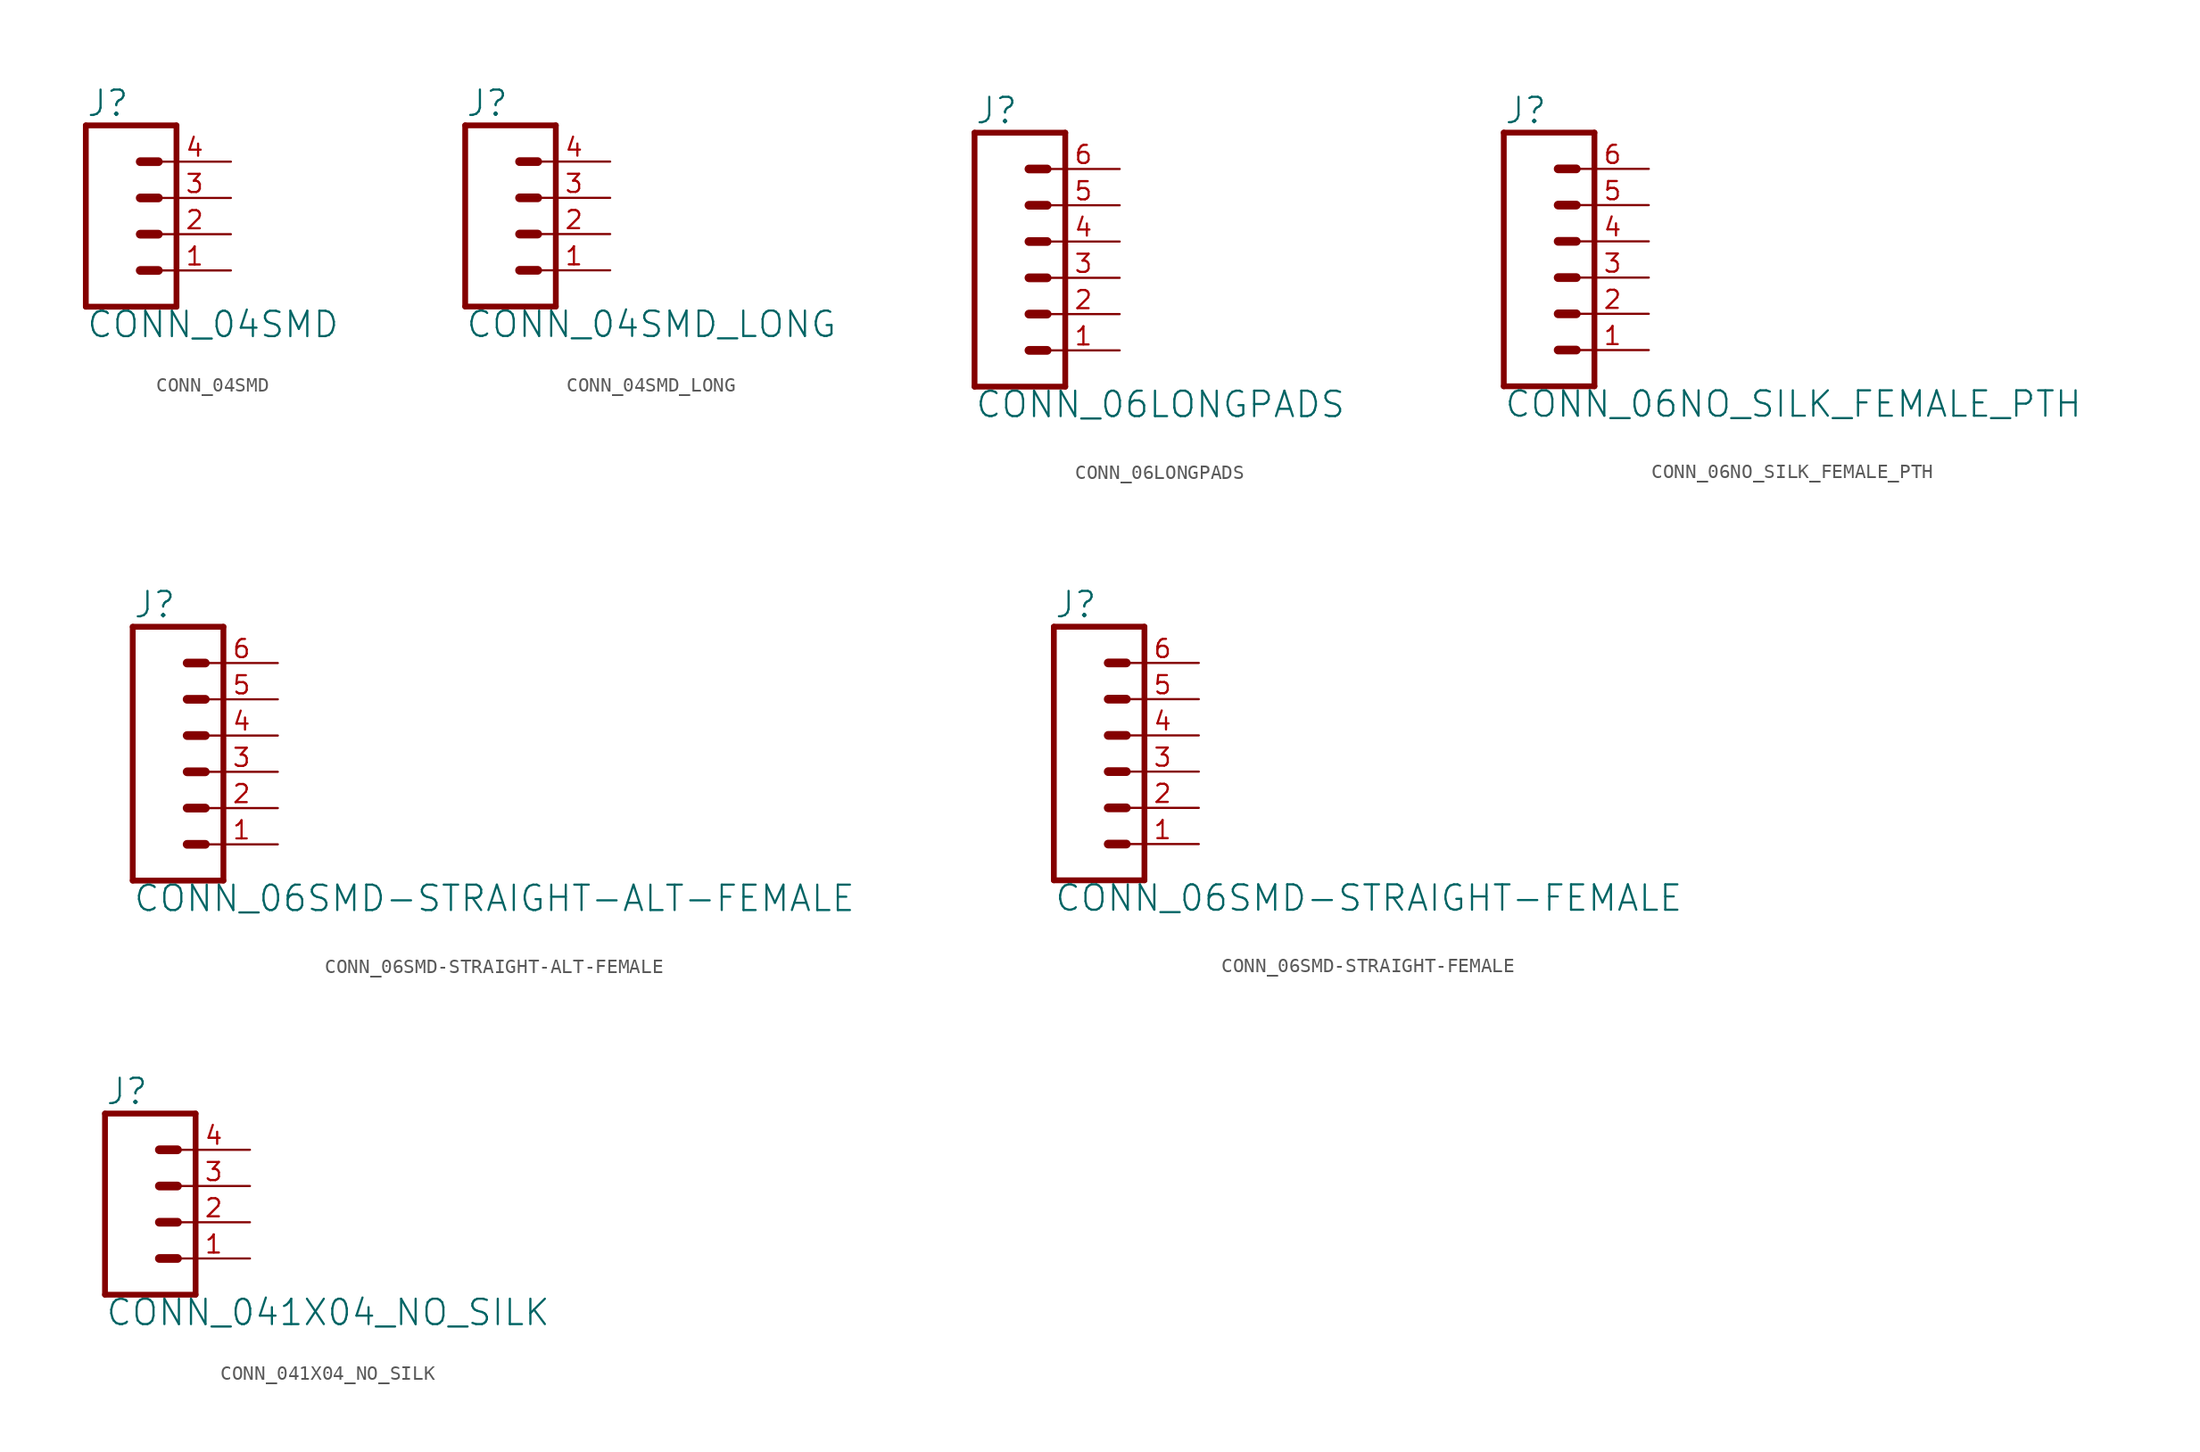
<source format=kicad_sym>
(kicad_symbol_lib
  (version 20211014)
  (generator kicad_symbol_editor)
  (symbol "CONN_04SMD"
    (property "Reference" "J"
      (at -5.08 8.128 0)
      (effects (font (size 1.778 1.778)) (justify left bottom)))
    (property "Value" "CONN_04SMD"
      (at -5.08 -7.366 0)
      (effects (font (size 1.778 1.778)) (justify left bottom)))
    (property "ki_locked" ""
      (at 0 0 0)
      (effects (font (size 1.27 1.27))))
    (symbol "CONN_04SMD_1_0"
      (polyline (pts (xy -5.08 7.62) (xy -5.08 -5.08)) (stroke (width 0.406) (type default) (color 0 0 0 0)) (fill (type none)))
      (polyline (pts (xy -5.08 7.62) (xy 1.27 7.62)) (stroke (width 0.406) (type default) (color 0 0 0 0)) (fill (type none)))
      (polyline (pts (xy -1.27 -2.54) (xy 0 -2.54)) (stroke (width 0.61) (type default) (color 0 0 0 0)) (fill (type none)))
      (polyline (pts (xy -1.27 0) (xy 0 0)) (stroke (width 0.61) (type default) (color 0 0 0 0)) (fill (type none)))
      (polyline (pts (xy -1.27 2.54) (xy 0 2.54)) (stroke (width 0.61) (type default) (color 0 0 0 0)) (fill (type none)))
      (polyline (pts (xy -1.27 5.08) (xy 0 5.08)) (stroke (width 0.61) (type default) (color 0 0 0 0)) (fill (type none)))
      (polyline (pts (xy 1.27 -5.08) (xy -5.08 -5.08)) (stroke (width 0.406) (type default) (color 0 0 0 0)) (fill (type none)))
      (polyline (pts (xy 1.27 -5.08) (xy 1.27 7.62)) (stroke (width 0.406) (type default) (color 0 0 0 0)) (fill (type none)))
      (pin passive line (at 5.08 -2.54 180) (length 5.08) (name "1" (effects (font (size 0 0)))) (number "1" (effects (font (size 1.27 1.27)))))
      (pin passive line (at 5.08 0 180) (length 5.08) (name "2" (effects (font (size 0 0)))) (number "2" (effects (font (size 1.27 1.27)))))
      (pin passive line (at 5.08 2.54 180) (length 5.08) (name "3" (effects (font (size 0 0)))) (number "3" (effects (font (size 1.27 1.27)))))
      (pin passive line (at 5.08 5.08 180) (length 5.08) (name "4" (effects (font (size 0 0)))) (number "4" (effects (font (size 1.27 1.27)))))))
  (symbol "CONN_04SMD_LONG"
    (property "Reference" "J"
      (at -5.08 8.128 0)
      (effects (font (size 1.778 1.778)) (justify left bottom)))
    (property "Value" "CONN_04SMD_LONG"
      (at -5.08 -7.366 0)
      (effects (font (size 1.778 1.778)) (justify left bottom)))
    (property "ki_locked" ""
      (at 0 0 0)
      (effects (font (size 1.27 1.27))))
    (symbol "CONN_04SMD_LONG_1_0"
      (polyline (pts (xy -5.08 7.62) (xy -5.08 -5.08)) (stroke (width 0.406) (type default) (color 0 0 0 0)) (fill (type none)))
      (polyline (pts (xy -5.08 7.62) (xy 1.27 7.62)) (stroke (width 0.406) (type default) (color 0 0 0 0)) (fill (type none)))
      (polyline (pts (xy -1.27 -2.54) (xy 0 -2.54)) (stroke (width 0.61) (type default) (color 0 0 0 0)) (fill (type none)))
      (polyline (pts (xy -1.27 0) (xy 0 0)) (stroke (width 0.61) (type default) (color 0 0 0 0)) (fill (type none)))
      (polyline (pts (xy -1.27 2.54) (xy 0 2.54)) (stroke (width 0.61) (type default) (color 0 0 0 0)) (fill (type none)))
      (polyline (pts (xy -1.27 5.08) (xy 0 5.08)) (stroke (width 0.61) (type default) (color 0 0 0 0)) (fill (type none)))
      (polyline (pts (xy 1.27 -5.08) (xy -5.08 -5.08)) (stroke (width 0.406) (type default) (color 0 0 0 0)) (fill (type none)))
      (polyline (pts (xy 1.27 -5.08) (xy 1.27 7.62)) (stroke (width 0.406) (type default) (color 0 0 0 0)) (fill (type none)))
      (pin passive line (at 5.08 -2.54 180) (length 5.08) (name "1" (effects (font (size 0 0)))) (number "1" (effects (font (size 1.27 1.27)))))
      (pin passive line (at 5.08 0 180) (length 5.08) (name "2" (effects (font (size 0 0)))) (number "2" (effects (font (size 1.27 1.27)))))
      (pin passive line (at 5.08 2.54 180) (length 5.08) (name "3" (effects (font (size 0 0)))) (number "3" (effects (font (size 1.27 1.27)))))
      (pin passive line (at 5.08 5.08 180) (length 5.08) (name "4" (effects (font (size 0 0)))) (number "4" (effects (font (size 1.27 1.27)))))))
  (symbol "CONN_06LONGPADS"
    (property "Reference" "J"
      (at -5.08 10.668 0)
      (effects (font (size 1.778 1.778)) (justify left bottom)))
    (property "Value" "CONN_06LONGPADS"
      (at -5.08 -9.906 0)
      (effects (font (size 1.778 1.778)) (justify left bottom)))
    (property "ki_locked" ""
      (at 0 0 0)
      (effects (font (size 1.27 1.27))))
    (symbol "CONN_06LONGPADS_1_0"
      (polyline (pts (xy -5.08 10.16) (xy -5.08 -7.62)) (stroke (width 0.406) (type default) (color 0 0 0 0)) (fill (type none)))
      (polyline (pts (xy -5.08 10.16) (xy 1.27 10.16)) (stroke (width 0.406) (type default) (color 0 0 0 0)) (fill (type none)))
      (polyline (pts (xy -1.27 -5.08) (xy 0 -5.08)) (stroke (width 0.61) (type default) (color 0 0 0 0)) (fill (type none)))
      (polyline (pts (xy -1.27 -2.54) (xy 0 -2.54)) (stroke (width 0.61) (type default) (color 0 0 0 0)) (fill (type none)))
      (polyline (pts (xy -1.27 0) (xy 0 0)) (stroke (width 0.61) (type default) (color 0 0 0 0)) (fill (type none)))
      (polyline (pts (xy -1.27 2.54) (xy 0 2.54)) (stroke (width 0.61) (type default) (color 0 0 0 0)) (fill (type none)))
      (polyline (pts (xy -1.27 5.08) (xy 0 5.08)) (stroke (width 0.61) (type default) (color 0 0 0 0)) (fill (type none)))
      (polyline (pts (xy -1.27 7.62) (xy 0 7.62)) (stroke (width 0.61) (type default) (color 0 0 0 0)) (fill (type none)))
      (polyline (pts (xy 1.27 -7.62) (xy -5.08 -7.62)) (stroke (width 0.406) (type default) (color 0 0 0 0)) (fill (type none)))
      (polyline (pts (xy 1.27 -7.62) (xy 1.27 10.16)) (stroke (width 0.406) (type default) (color 0 0 0 0)) (fill (type none)))
      (pin passive line (at 5.08 -5.08 180) (length 5.08) (name "1" (effects (font (size 0 0)))) (number "1" (effects (font (size 1.27 1.27)))))
      (pin passive line (at 5.08 -2.54 180) (length 5.08) (name "2" (effects (font (size 0 0)))) (number "2" (effects (font (size 1.27 1.27)))))
      (pin passive line (at 5.08 0 180) (length 5.08) (name "3" (effects (font (size 0 0)))) (number "3" (effects (font (size 1.27 1.27)))))
      (pin passive line (at 5.08 2.54 180) (length 5.08) (name "4" (effects (font (size 0 0)))) (number "4" (effects (font (size 1.27 1.27)))))
      (pin passive line (at 5.08 5.08 180) (length 5.08) (name "5" (effects (font (size 0 0)))) (number "5" (effects (font (size 1.27 1.27)))))
      (pin passive line (at 5.08 7.62 180) (length 5.08) (name "6" (effects (font (size 0 0)))) (number "6" (effects (font (size 1.27 1.27)))))))
  (symbol "CONN_06NO_SILK_FEMALE_PTH"
    (property "Reference" "J"
      (at -5.08 10.668 0)
      (effects (font (size 1.778 1.778)) (justify left bottom)))
    (property "Value" "CONN_06NO_SILK_FEMALE_PTH"
      (at -5.08 -9.906 0)
      (effects (font (size 1.778 1.778)) (justify left bottom)))
    (property "ki_locked" ""
      (at 0 0 0)
      (effects (font (size 1.27 1.27))))
    (symbol "CONN_06NO_SILK_FEMALE_PTH_1_0"
      (polyline (pts (xy -5.08 10.16) (xy -5.08 -7.62)) (stroke (width 0.406) (type default) (color 0 0 0 0)) (fill (type none)))
      (polyline (pts (xy -5.08 10.16) (xy 1.27 10.16)) (stroke (width 0.406) (type default) (color 0 0 0 0)) (fill (type none)))
      (polyline (pts (xy -1.27 -5.08) (xy 0 -5.08)) (stroke (width 0.61) (type default) (color 0 0 0 0)) (fill (type none)))
      (polyline (pts (xy -1.27 -2.54) (xy 0 -2.54)) (stroke (width 0.61) (type default) (color 0 0 0 0)) (fill (type none)))
      (polyline (pts (xy -1.27 0) (xy 0 0)) (stroke (width 0.61) (type default) (color 0 0 0 0)) (fill (type none)))
      (polyline (pts (xy -1.27 2.54) (xy 0 2.54)) (stroke (width 0.61) (type default) (color 0 0 0 0)) (fill (type none)))
      (polyline (pts (xy -1.27 5.08) (xy 0 5.08)) (stroke (width 0.61) (type default) (color 0 0 0 0)) (fill (type none)))
      (polyline (pts (xy -1.27 7.62) (xy 0 7.62)) (stroke (width 0.61) (type default) (color 0 0 0 0)) (fill (type none)))
      (polyline (pts (xy 1.27 -7.62) (xy -5.08 -7.62)) (stroke (width 0.406) (type default) (color 0 0 0 0)) (fill (type none)))
      (polyline (pts (xy 1.27 -7.62) (xy 1.27 10.16)) (stroke (width 0.406) (type default) (color 0 0 0 0)) (fill (type none)))
      (pin passive line (at 5.08 -5.08 180) (length 5.08) (name "1" (effects (font (size 0 0)))) (number "1" (effects (font (size 1.27 1.27)))))
      (pin passive line (at 5.08 -2.54 180) (length 5.08) (name "2" (effects (font (size 0 0)))) (number "2" (effects (font (size 1.27 1.27)))))
      (pin passive line (at 5.08 0 180) (length 5.08) (name "3" (effects (font (size 0 0)))) (number "3" (effects (font (size 1.27 1.27)))))
      (pin passive line (at 5.08 2.54 180) (length 5.08) (name "4" (effects (font (size 0 0)))) (number "4" (effects (font (size 1.27 1.27)))))
      (pin passive line (at 5.08 5.08 180) (length 5.08) (name "5" (effects (font (size 0 0)))) (number "5" (effects (font (size 1.27 1.27)))))
      (pin passive line (at 5.08 7.62 180) (length 5.08) (name "6" (effects (font (size 0 0)))) (number "6" (effects (font (size 1.27 1.27)))))))
  (symbol "CONN_06SMD-STRAIGHT-ALT-FEMALE"
    (property "Reference" "J"
      (at -5.08 10.668 0)
      (effects (font (size 1.778 1.778)) (justify left bottom)))
    (property "Value" "CONN_06SMD-STRAIGHT-ALT-FEMALE"
      (at -5.08 -9.906 0)
      (effects (font (size 1.778 1.778)) (justify left bottom)))
    (property "ki_locked" ""
      (at 0 0 0)
      (effects (font (size 1.27 1.27))))
    (symbol "CONN_06SMD-STRAIGHT-ALT-FEMALE_1_0"
      (polyline (pts (xy -5.08 10.16) (xy -5.08 -7.62)) (stroke (width 0.406) (type default) (color 0 0 0 0)) (fill (type none)))
      (polyline (pts (xy -5.08 10.16) (xy 1.27 10.16)) (stroke (width 0.406) (type default) (color 0 0 0 0)) (fill (type none)))
      (polyline (pts (xy -1.27 -5.08) (xy 0 -5.08)) (stroke (width 0.61) (type default) (color 0 0 0 0)) (fill (type none)))
      (polyline (pts (xy -1.27 -2.54) (xy 0 -2.54)) (stroke (width 0.61) (type default) (color 0 0 0 0)) (fill (type none)))
      (polyline (pts (xy -1.27 0) (xy 0 0)) (stroke (width 0.61) (type default) (color 0 0 0 0)) (fill (type none)))
      (polyline (pts (xy -1.27 2.54) (xy 0 2.54)) (stroke (width 0.61) (type default) (color 0 0 0 0)) (fill (type none)))
      (polyline (pts (xy -1.27 5.08) (xy 0 5.08)) (stroke (width 0.61) (type default) (color 0 0 0 0)) (fill (type none)))
      (polyline (pts (xy -1.27 7.62) (xy 0 7.62)) (stroke (width 0.61) (type default) (color 0 0 0 0)) (fill (type none)))
      (polyline (pts (xy 1.27 -7.62) (xy -5.08 -7.62)) (stroke (width 0.406) (type default) (color 0 0 0 0)) (fill (type none)))
      (polyline (pts (xy 1.27 -7.62) (xy 1.27 10.16)) (stroke (width 0.406) (type default) (color 0 0 0 0)) (fill (type none)))
      (pin passive line (at 5.08 -5.08 180) (length 5.08) (name "1" (effects (font (size 0 0)))) (number "1" (effects (font (size 1.27 1.27)))))
      (pin passive line (at 5.08 -2.54 180) (length 5.08) (name "2" (effects (font (size 0 0)))) (number "2" (effects (font (size 1.27 1.27)))))
      (pin passive line (at 5.08 0 180) (length 5.08) (name "3" (effects (font (size 0 0)))) (number "3" (effects (font (size 1.27 1.27)))))
      (pin passive line (at 5.08 2.54 180) (length 5.08) (name "4" (effects (font (size 0 0)))) (number "4" (effects (font (size 1.27 1.27)))))
      (pin passive line (at 5.08 5.08 180) (length 5.08) (name "5" (effects (font (size 0 0)))) (number "5" (effects (font (size 1.27 1.27)))))
      (pin passive line (at 5.08 7.62 180) (length 5.08) (name "6" (effects (font (size 0 0)))) (number "6" (effects (font (size 1.27 1.27)))))))
  (symbol "CONN_06SMD-STRAIGHT-FEMALE"
    (property "Reference" "J"
      (at -5.08 10.668 0)
      (effects (font (size 1.778 1.778)) (justify left bottom)))
    (property "Value" "CONN_06SMD-STRAIGHT-FEMALE"
      (at -5.08 -9.906 0)
      (effects (font (size 1.778 1.778)) (justify left bottom)))
    (property "ki_locked" ""
      (at 0 0 0)
      (effects (font (size 1.27 1.27))))
    (symbol "CONN_06SMD-STRAIGHT-FEMALE_1_0"
      (polyline (pts (xy -5.08 10.16) (xy -5.08 -7.62)) (stroke (width 0.406) (type default) (color 0 0 0 0)) (fill (type none)))
      (polyline (pts (xy -5.08 10.16) (xy 1.27 10.16)) (stroke (width 0.406) (type default) (color 0 0 0 0)) (fill (type none)))
      (polyline (pts (xy -1.27 -5.08) (xy 0 -5.08)) (stroke (width 0.61) (type default) (color 0 0 0 0)) (fill (type none)))
      (polyline (pts (xy -1.27 -2.54) (xy 0 -2.54)) (stroke (width 0.61) (type default) (color 0 0 0 0)) (fill (type none)))
      (polyline (pts (xy -1.27 0) (xy 0 0)) (stroke (width 0.61) (type default) (color 0 0 0 0)) (fill (type none)))
      (polyline (pts (xy -1.27 2.54) (xy 0 2.54)) (stroke (width 0.61) (type default) (color 0 0 0 0)) (fill (type none)))
      (polyline (pts (xy -1.27 5.08) (xy 0 5.08)) (stroke (width 0.61) (type default) (color 0 0 0 0)) (fill (type none)))
      (polyline (pts (xy -1.27 7.62) (xy 0 7.62)) (stroke (width 0.61) (type default) (color 0 0 0 0)) (fill (type none)))
      (polyline (pts (xy 1.27 -7.62) (xy -5.08 -7.62)) (stroke (width 0.406) (type default) (color 0 0 0 0)) (fill (type none)))
      (polyline (pts (xy 1.27 -7.62) (xy 1.27 10.16)) (stroke (width 0.406) (type default) (color 0 0 0 0)) (fill (type none)))
      (pin passive line (at 5.08 -5.08 180) (length 5.08) (name "1" (effects (font (size 0 0)))) (number "1" (effects (font (size 1.27 1.27)))))
      (pin passive line (at 5.08 -2.54 180) (length 5.08) (name "2" (effects (font (size 0 0)))) (number "2" (effects (font (size 1.27 1.27)))))
      (pin passive line (at 5.08 0 180) (length 5.08) (name "3" (effects (font (size 0 0)))) (number "3" (effects (font (size 1.27 1.27)))))
      (pin passive line (at 5.08 2.54 180) (length 5.08) (name "4" (effects (font (size 0 0)))) (number "4" (effects (font (size 1.27 1.27)))))
      (pin passive line (at 5.08 5.08 180) (length 5.08) (name "5" (effects (font (size 0 0)))) (number "5" (effects (font (size 1.27 1.27)))))
      (pin passive line (at 5.08 7.62 180) (length 5.08) (name "6" (effects (font (size 0 0)))) (number "6" (effects (font (size 1.27 1.27)))))))
  (symbol "CONN_041X04_NO_SILK"
    (property "Reference" "J"
      (at -5.08 8.128 0)
      (effects (font (size 1.778 1.778)) (justify left bottom)))
    (property "Value" "CONN_041X04_NO_SILK"
      (at -5.08 -7.366 0)
      (effects (font (size 1.778 1.778)) (justify left bottom)))
    (property "ki_locked" ""
      (at 0 0 0)
      (effects (font (size 1.27 1.27))))
    (symbol "CONN_041X04_NO_SILK_1_0"
      (polyline (pts (xy -5.08 7.62) (xy -5.08 -5.08)) (stroke (width 0.406) (type default) (color 0 0 0 0)) (fill (type none)))
      (polyline (pts (xy -5.08 7.62) (xy 1.27 7.62)) (stroke (width 0.406) (type default) (color 0 0 0 0)) (fill (type none)))
      (polyline (pts (xy -1.27 -2.54) (xy 0 -2.54)) (stroke (width 0.61) (type default) (color 0 0 0 0)) (fill (type none)))
      (polyline (pts (xy -1.27 0) (xy 0 0)) (stroke (width 0.61) (type default) (color 0 0 0 0)) (fill (type none)))
      (polyline (pts (xy -1.27 2.54) (xy 0 2.54)) (stroke (width 0.61) (type default) (color 0 0 0 0)) (fill (type none)))
      (polyline (pts (xy -1.27 5.08) (xy 0 5.08)) (stroke (width 0.61) (type default) (color 0 0 0 0)) (fill (type none)))
      (polyline (pts (xy 1.27 -5.08) (xy -5.08 -5.08)) (stroke (width 0.406) (type default) (color 0 0 0 0)) (fill (type none)))
      (polyline (pts (xy 1.27 -5.08) (xy 1.27 7.62)) (stroke (width 0.406) (type default) (color 0 0 0 0)) (fill (type none)))
      (pin passive line (at 5.08 -2.54 180) (length 5.08) (name "1" (effects (font (size 0 0)))) (number "1" (effects (font (size 1.27 1.27)))))
      (pin passive line (at 5.08 0 180) (length 5.08) (name "2" (effects (font (size 0 0)))) (number "2" (effects (font (size 1.27 1.27)))))
      (pin passive line (at 5.08 2.54 180) (length 5.08) (name "3" (effects (font (size 0 0)))) (number "3" (effects (font (size 1.27 1.27)))))
      (pin passive line (at 5.08 5.08 180) (length 5.08) (name "4" (effects (font (size 0 0)))) (number "4" (effects (font (size 1.27 1.27))))))))
</source>
